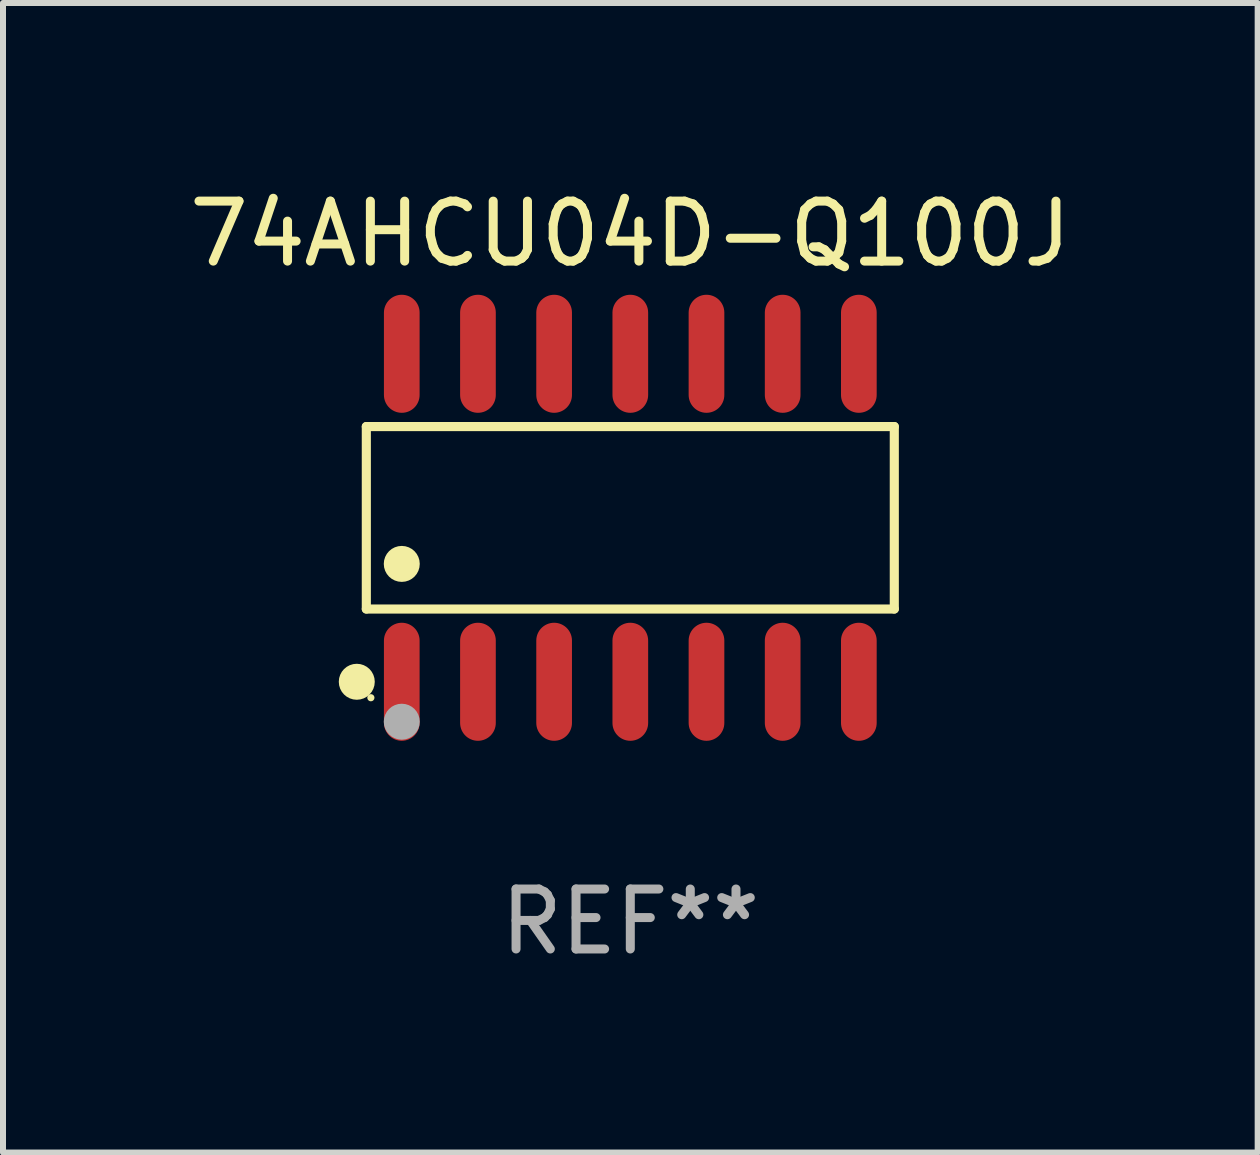
<source format=kicad_pcb>
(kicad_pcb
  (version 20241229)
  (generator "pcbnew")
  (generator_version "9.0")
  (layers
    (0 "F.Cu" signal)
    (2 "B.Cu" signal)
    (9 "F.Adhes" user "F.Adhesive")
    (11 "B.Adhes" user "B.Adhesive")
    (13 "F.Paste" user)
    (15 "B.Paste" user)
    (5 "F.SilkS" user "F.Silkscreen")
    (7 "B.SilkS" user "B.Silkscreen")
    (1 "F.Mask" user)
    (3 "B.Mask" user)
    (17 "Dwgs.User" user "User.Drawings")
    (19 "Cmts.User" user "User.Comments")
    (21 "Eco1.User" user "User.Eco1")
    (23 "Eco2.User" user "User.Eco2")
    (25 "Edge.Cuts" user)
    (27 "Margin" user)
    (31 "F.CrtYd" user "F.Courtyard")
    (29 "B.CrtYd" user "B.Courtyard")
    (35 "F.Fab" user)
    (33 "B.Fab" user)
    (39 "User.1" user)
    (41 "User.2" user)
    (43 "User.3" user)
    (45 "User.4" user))
  (footprint "74AHCU04D-Q100J"
    (layer "F.Cu")
    (at 7.458 5.582)
    (property "Reference" "74AHCU04D-Q100J" (at 0 -4.734 0) (layer "F.SilkS") (effects (font (size 1 1) (thickness 0.15))))
    (attr through_hole)
    (fp_line (start -4.401 -1.521) (end 4.401 -1.521) (stroke (width 0.152) (type solid)) (layer "F.SilkS"))
    (fp_line (start -4.401 1.521) (end -4.401 -1.521) (stroke (width 0.152) (type solid)) (layer "F.SilkS"))
    (fp_line (start 4.401 -1.521) (end 4.401 1.521) (stroke (width 0.152) (type solid)) (layer "F.SilkS"))
    (fp_line (start 4.401 1.521) (end -4.401 1.521) (stroke (width 0.152) (type solid)) (layer "F.SilkS"))
    (fp_circle (center -4.56 2.734) (end -4.41 2.734) (stroke (width 0.3) (type solid)) (fill no) (layer "F.SilkS"))
    (fp_circle (center -4.325 3) (end -4.295 3) (stroke (width 0.06) (type solid)) (fill no) (layer "F.SilkS"))
    (fp_circle (center -3.81 0.769) (end -3.66 0.769) (stroke (width 0.3) (type solid)) (fill no) (layer "F.SilkS"))
    (fp_circle (center -3.81 3.4) (end -3.66 3.4) (stroke (width 0.3) (type solid)) (fill no) (layer "F.Fab"))
    (fp_text user "REF**" (at 0 6.734 0) (layer "F.Fab") (effects (font (size 1 1) (thickness 0.15))))
    (pad "1" smd oval (at -3.81 2.734) (size 0.595 1.968) (layers "F.Cu" "F.Mask" "F.Paste"))
    (pad "2" smd oval (at -2.54 2.734) (size 0.595 1.968) (layers "F.Cu" "F.Mask" "F.Paste"))
    (pad "3" smd oval (at -1.27 2.734) (size 0.595 1.968) (layers "F.Cu" "F.Mask" "F.Paste"))
    (pad "4" smd oval (at 0 2.734) (size 0.595 1.968) (layers "F.Cu" "F.Mask" "F.Paste"))
    (pad "5" smd oval (at 1.27 2.734) (size 0.595 1.968) (layers "F.Cu" "F.Mask" "F.Paste"))
    (pad "6" smd oval (at 2.54 2.734) (size 0.595 1.968) (layers "F.Cu" "F.Mask" "F.Paste"))
    (pad "7" smd oval (at 3.81 2.734) (size 0.595 1.968) (layers "F.Cu" "F.Mask" "F.Paste"))
    (pad "8" smd oval (at 3.81 -2.734) (size 0.595 1.968) (layers "F.Cu" "F.Mask" "F.Paste"))
    (pad "9" smd oval (at 2.54 -2.734) (size 0.595 1.968) (layers "F.Cu" "F.Mask" "F.Paste"))
    (pad "10" smd oval (at 1.27 -2.734) (size 0.595 1.968) (layers "F.Cu" "F.Mask" "F.Paste"))
    (pad "11" smd oval (at 0 -2.734) (size 0.595 1.968) (layers "F.Cu" "F.Mask" "F.Paste"))
    (pad "12" smd oval (at -1.27 -2.734) (size 0.595 1.968) (layers "F.Cu" "F.Mask" "F.Paste"))
    (pad "13" smd oval (at -2.54 -2.734) (size 0.595 1.968) (layers "F.Cu" "F.Mask" "F.Paste"))
    (pad "14" smd oval (at -3.81 -2.734) (size 0.595 1.968) (layers "F.Cu" "F.Mask" "F.Paste")))
  (gr_rect
    (start -3 -3)
    (end 17.917 16.164)
    (stroke (width 0.1) (type default))
    (fill no)
    (layer "Edge.Cuts")))
</source>
